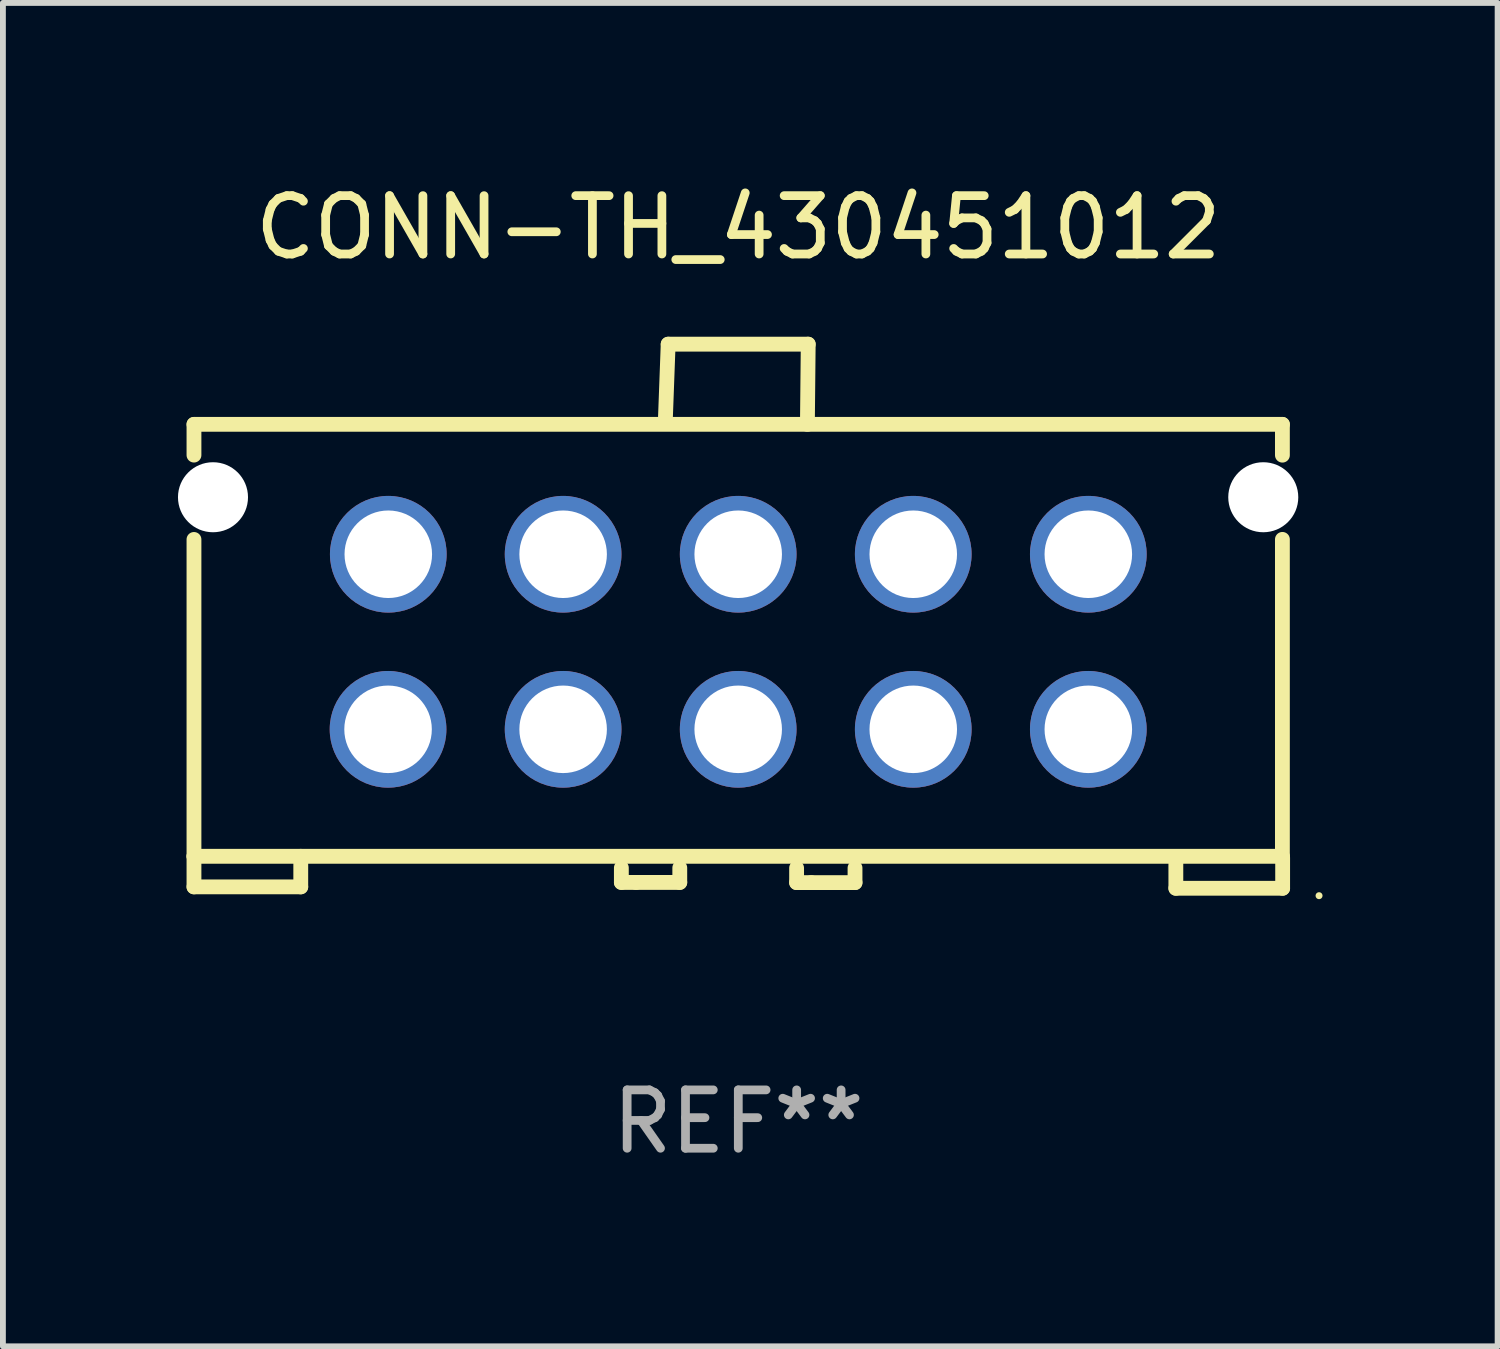
<source format=kicad_pcb>
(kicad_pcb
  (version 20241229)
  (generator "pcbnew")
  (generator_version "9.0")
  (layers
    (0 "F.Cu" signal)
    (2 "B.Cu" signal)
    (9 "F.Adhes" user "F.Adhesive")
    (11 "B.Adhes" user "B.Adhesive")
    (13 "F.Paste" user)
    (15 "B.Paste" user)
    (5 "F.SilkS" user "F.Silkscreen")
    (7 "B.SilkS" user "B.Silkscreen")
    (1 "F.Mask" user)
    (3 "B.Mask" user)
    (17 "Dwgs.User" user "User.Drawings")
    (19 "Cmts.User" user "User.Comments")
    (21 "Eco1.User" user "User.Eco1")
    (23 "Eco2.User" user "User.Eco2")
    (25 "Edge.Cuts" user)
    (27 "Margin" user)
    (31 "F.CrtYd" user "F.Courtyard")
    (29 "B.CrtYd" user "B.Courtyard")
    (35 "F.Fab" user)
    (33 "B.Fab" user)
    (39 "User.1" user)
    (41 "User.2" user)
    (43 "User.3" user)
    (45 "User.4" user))
  (footprint "CONN-TH_430451012"
    (layer "F.Cu")
    (at 9.6 7.948)
    (property "Reference" "CONN-TH_430451012" (at 0.002 -7.1 0) (layer "F.SilkS") (effects (font (size 1 1) (thickness 0.15))))
    (attr through_hole)
    (fp_line (start -9.326 -3.726) (end -9.326 -3.199) (stroke (width 0.254) (type solid)) (layer "F.SilkS"))
    (fp_line (start -9.326 -3.726) (end 9.326 -3.726) (stroke (width 0.254) (type solid)) (layer "F.SilkS"))
    (fp_line (start -9.326 -1.754) (end -9.326 3.676) (stroke (width 0.254) (type solid)) (layer "F.SilkS"))
    (fp_line (start -9.326 3.676) (end -9.326 4.2) (stroke (width 0.254) (type solid)) (layer "F.SilkS"))
    (fp_line (start -9.326 4.2) (end -7.496 4.2) (stroke (width 0.254) (type solid)) (layer "F.SilkS"))
    (fp_line (start -7.496 4.2) (end -7.496 3.676) (stroke (width 0.254) (type solid)) (layer "F.SilkS"))
    (fp_line (start -2.002 3.873) (end -2.002 4.124) (stroke (width 0.254) (type solid)) (layer "F.SilkS"))
    (fp_line (start -2.002 4.124) (end -1.75 4.124) (stroke (width 0.254) (type solid)) (layer "F.SilkS"))
    (fp_line (start -1.75 4.124) (end -1.001 4.124) (stroke (width 0.254) (type solid)) (layer "F.SilkS"))
    (fp_line (start -1.25 -3.75) (end -1.2 -5.1) (stroke (width 0.254) (type solid)) (layer "F.SilkS"))
    (fp_line (start -1.2 -5.1) (end 1.2 -5.1) (stroke (width 0.254) (type solid)) (layer "F.SilkS"))
    (fp_line (start -1.001 4.124) (end -1.001 3.873) (stroke (width 0.254) (type solid)) (layer "F.SilkS"))
    (fp_line (start 1.001 3.876) (end 1.001 4.127) (stroke (width 0.254) (type solid)) (layer "F.SilkS"))
    (fp_line (start 1.001 4.127) (end 1.252 4.127) (stroke (width 0.254) (type solid)) (layer "F.SilkS"))
    (fp_line (start 1.2 -5.1) (end 1.186 -3.726) (stroke (width 0.254) (type solid)) (layer "F.SilkS"))
    (fp_line (start 1.252 4.127) (end 2.002 4.127) (stroke (width 0.254) (type solid)) (layer "F.SilkS"))
    (fp_line (start 2.002 4.127) (end 2.002 3.876) (stroke (width 0.254) (type solid)) (layer "F.SilkS"))
    (fp_line (start 7.5 3.7) (end 7.5 4.224) (stroke (width 0.254) (type solid)) (layer "F.SilkS"))
    (fp_line (start 7.5 4.224) (end 9.33 4.224) (stroke (width 0.254) (type solid)) (layer "F.SilkS"))
    (fp_line (start 9.326 -3.726) (end 9.326 -3.198) (stroke (width 0.254) (type solid)) (layer "F.SilkS"))
    (fp_line (start 9.326 -1.755) (end 9.326 3.7) (stroke (width 0.254) (type solid)) (layer "F.SilkS"))
    (fp_line (start 9.326 3.676) (end -9.326 3.676) (stroke (width 0.254) (type solid)) (layer "F.SilkS"))
    (fp_line (start 9.33 4.224) (end 9.33 3.7) (stroke (width 0.254) (type solid)) (layer "F.SilkS"))
    (fp_circle (center 9.954 4.351) (end 9.984 4.351) (stroke (width 0.06) (type solid)) (fill no) (layer "F.SilkS"))
    (fp_text user "REF**" (at 0.002 8.224 0) (layer "F.Fab") (effects (font (size 1 1) (thickness 0.15))))
    (pad "" np_thru_hole circle (at -9 -2.477) (size 1.2 1.2) (drill 1.2) (layers "*.Cu" "*.Mask"))
    (pad "" np_thru_hole circle (at 8.998 -2.477) (size 1.2 1.2) (drill 1.2) (layers "*.Cu" "*.Mask"))
    (pad "1" thru_hole circle (at 6 1.5) (size 2 2) (drill 1.5) (layers "*.Cu" "*.Mask"))
    (pad "2" thru_hole circle (at 3 1.5) (size 2 2) (drill 1.5) (layers "*.Cu" "*.Mask"))
    (pad "3" thru_hole circle (at 0.000127 1.5) (size 2 2) (drill 1.5) (layers "*.Cu" "*.Mask"))
    (pad "4" thru_hole circle (at -3 1.5) (size 2 2) (drill 1.5) (layers "*.Cu" "*.Mask"))
    (pad "5" thru_hole circle (at -6 1.5) (size 2 2) (drill 1.5) (layers "*.Cu" "*.Mask"))
    (pad "6" thru_hole circle (at 6 -1.5) (size 2 2) (drill 1.5) (layers "*.Cu" "*.Mask"))
    (pad "7" thru_hole circle (at 3 -1.5) (size 2 2) (drill 1.5) (layers "*.Cu" "*.Mask"))
    (pad "8" thru_hole circle (at 0.000127 -1.5) (size 2 2) (drill 1.5) (layers "*.Cu" "*.Mask"))
    (pad "9" thru_hole circle (at -3 -1.5) (size 2 2) (drill 1.5) (layers "*.Cu" "*.Mask"))
    (pad "10" thru_hole circle (at -5.996 -1.5) (size 2 2) (drill 1.5) (layers "*.Cu" "*.Mask")))
  (gr_rect
    (start -3 -3)
    (end 22.614 20.021)
    (stroke (width 0.1) (type default))
    (fill no)
    (layer "Edge.Cuts")))
</source>
